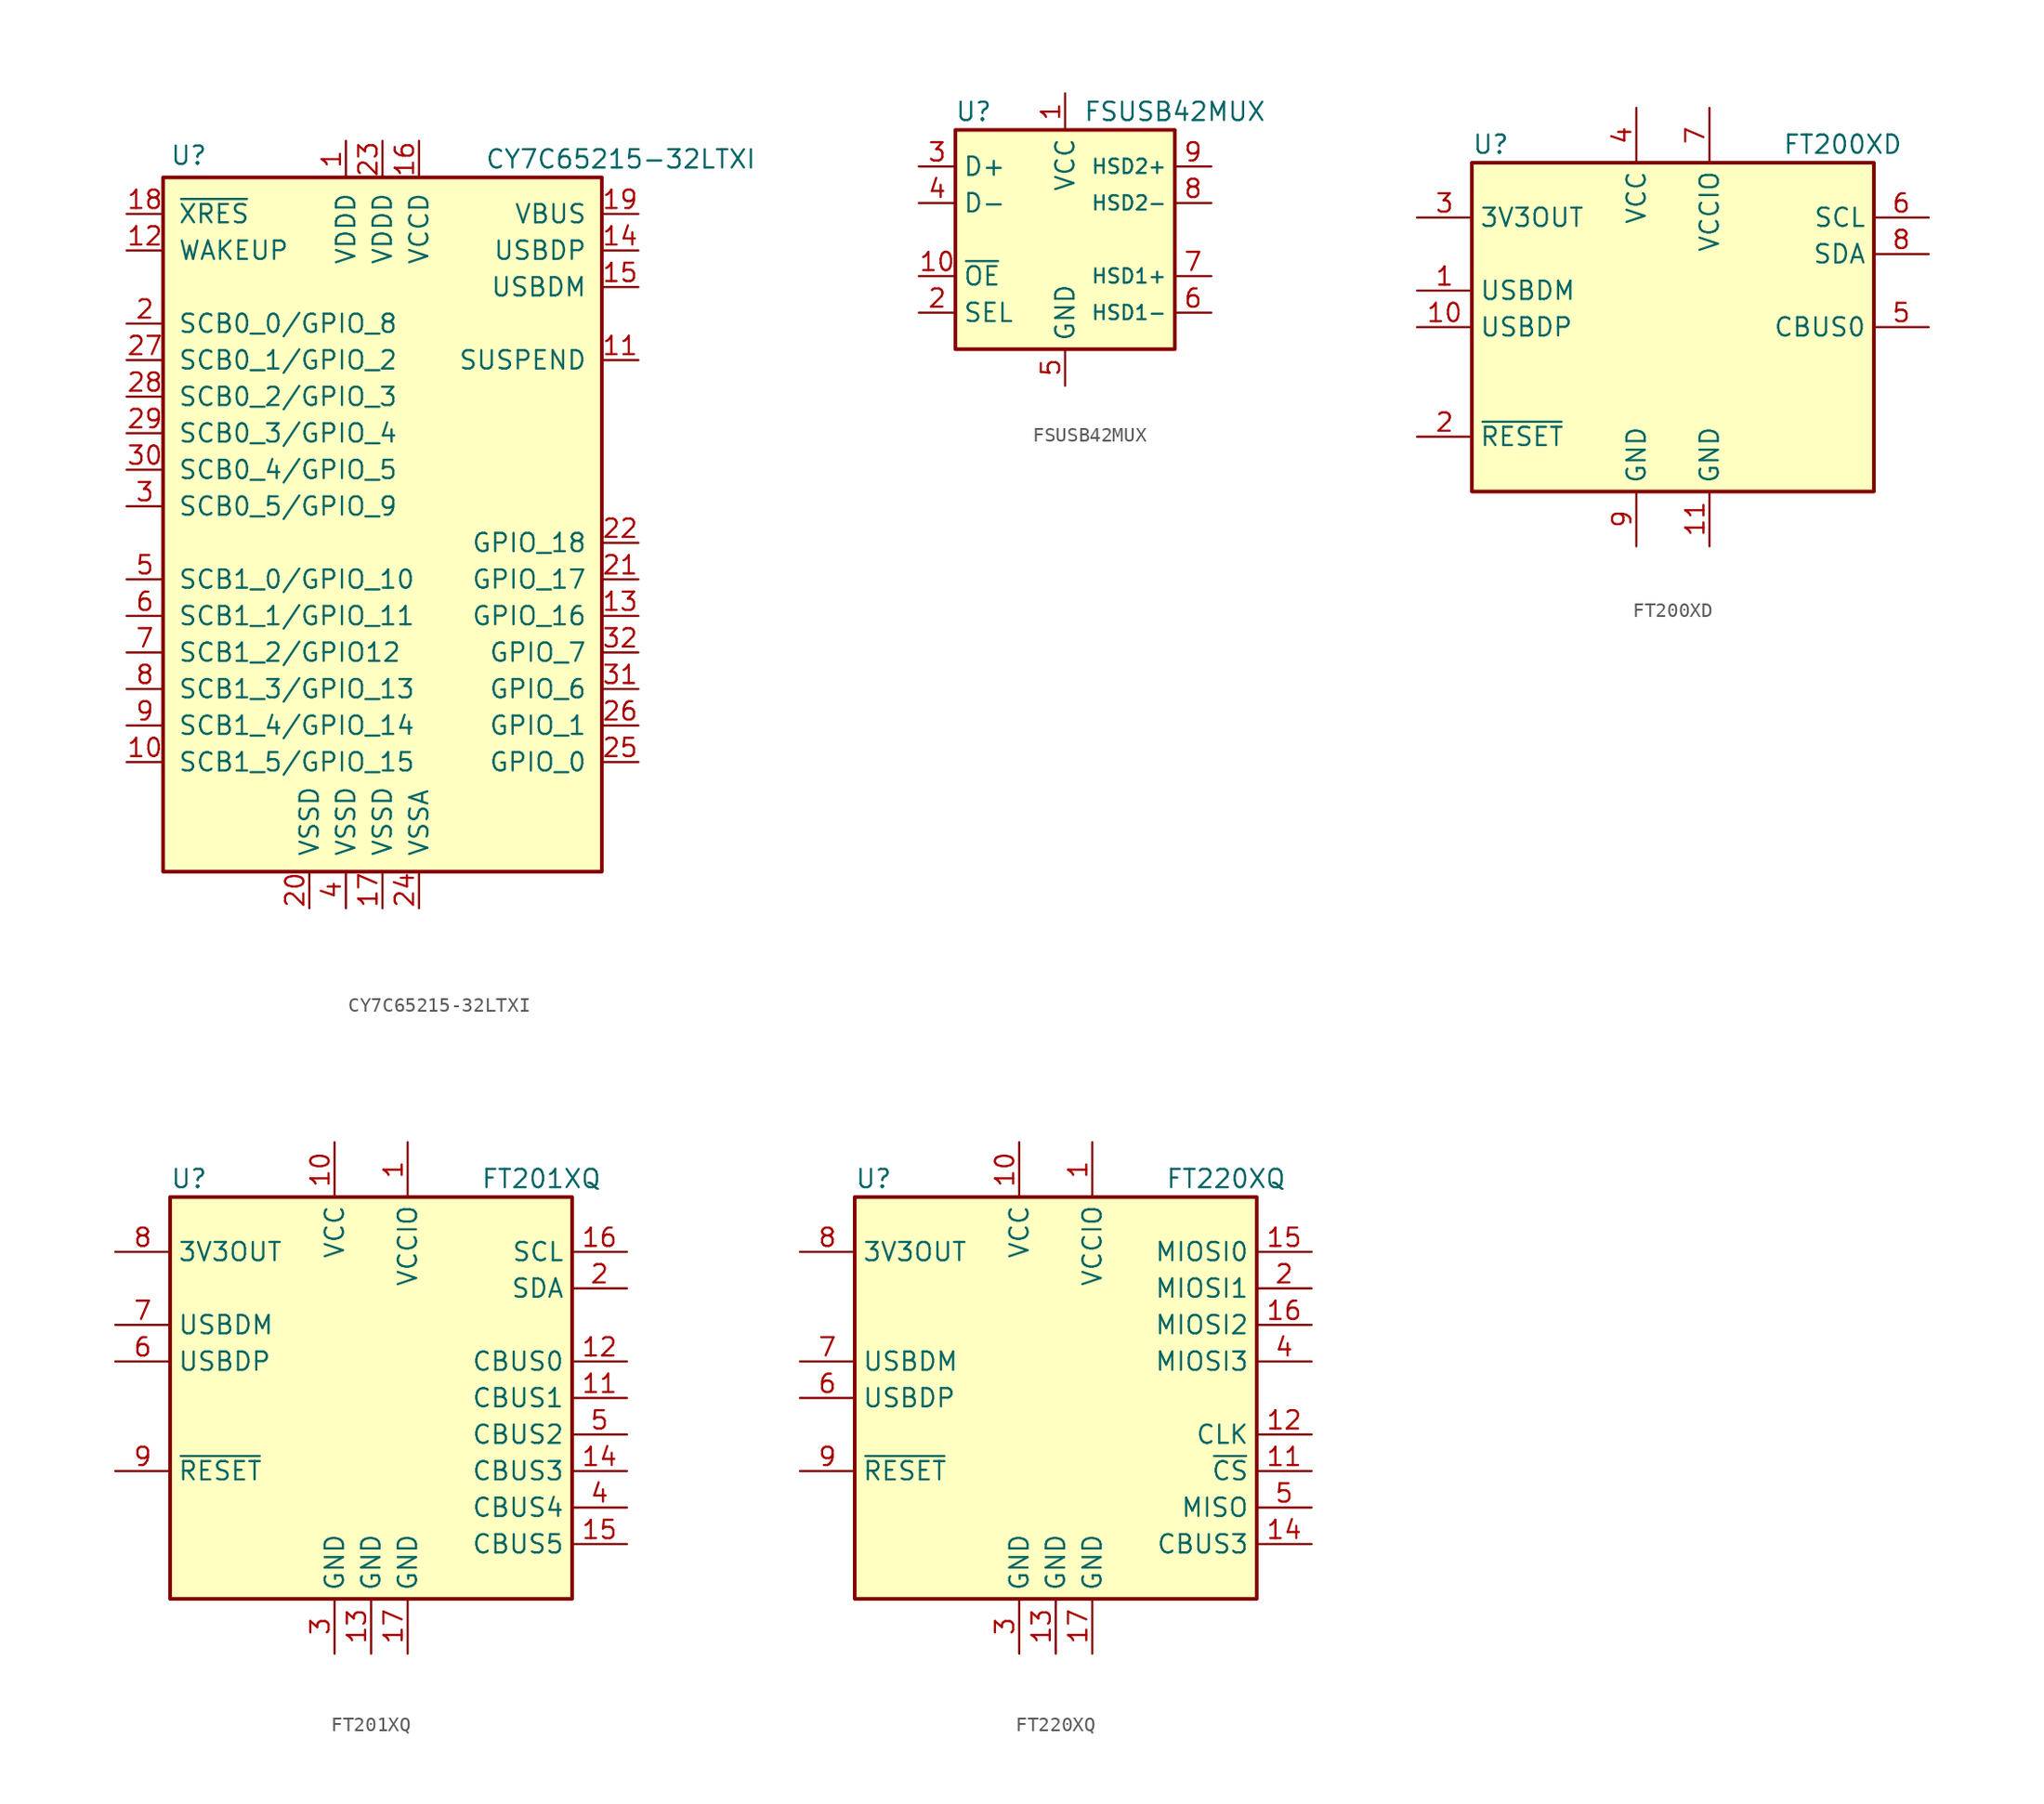
<source format=kicad_sym>
(kicad_symbol_lib
  (version 20201005)
  (generator kicad_symbol_editor)
  (symbol "CY7C65215-32LTXI"
    (pin_names
      (offset 1.016))
    (property "Reference" "U"
      (at -13.462 21.844 0)
      (effects (font (size 1.27 1.27))))
    (property "Value" "CY7C65215-32LTXI"
      (at 7.112 21.59 0)
      (effects (font (size 1.27 1.27)) (justify left)))
    (symbol "CY7C65215-32LTXI_0_1"
      (rectangle (start -15.24 20.32) (end 15.24 -27.94) (stroke (width 0.254)) (fill (type background))))
    (symbol "CY7C65215-32LTXI_1_1"
      (pin power_in line (at -2.54 22.86 270) (length 2.54) (name "VDDD" (effects (font (size 1.27 1.27)))) (number "1" (effects (font (size 1.27 1.27)))))
      (pin bidirectional line (at -17.78 -20.32 0) (length 2.54) (name "SCB1_5/GPIO_15" (effects (font (size 1.27 1.27)))) (number "10" (effects (font (size 1.27 1.27)))))
      (pin output line (at 17.78 7.62 180) (length 2.54) (name "SUSPEND" (effects (font (size 1.27 1.27)))) (number "11" (effects (font (size 1.27 1.27)))))
      (pin input line (at -17.78 15.24 0) (length 2.54) (name "WAKEUP" (effects (font (size 1.27 1.27)))) (number "12" (effects (font (size 1.27 1.27)))))
      (pin tri_state line (at 17.78 -10.16 180) (length 2.54) (name "GPIO_16" (effects (font (size 1.27 1.27)))) (number "13" (effects (font (size 1.27 1.27)))))
      (pin bidirectional line (at 17.78 15.24 180) (length 2.54) (name "USBDP" (effects (font (size 1.27 1.27)))) (number "14" (effects (font (size 1.27 1.27)))))
      (pin bidirectional line (at 17.78 12.7 180) (length 2.54) (name "USBDM" (effects (font (size 1.27 1.27)))) (number "15" (effects (font (size 1.27 1.27)))))
      (pin power_in line (at 2.54 22.86 270) (length 2.54) (name "VCCD" (effects (font (size 1.27 1.27)))) (number "16" (effects (font (size 1.27 1.27)))))
      (pin power_in line (at 0 -30.48 90) (length 2.54) (name "VSSD" (effects (font (size 1.27 1.27)))) (number "17" (effects (font (size 1.27 1.27)))))
      (pin input line (at -17.78 17.78 0) (length 2.54) (name "~XRES" (effects (font (size 1.27 1.27)))) (number "18" (effects (font (size 1.27 1.27)))))
      (pin power_out line (at 17.78 17.78 180) (length 2.54) (name "VBUS" (effects (font (size 1.27 1.27)))) (number "19" (effects (font (size 1.27 1.27)))))
      (pin bidirectional line (at -17.78 10.16 0) (length 2.54) (name "SCB0_0/GPIO_8" (effects (font (size 1.27 1.27)))) (number "2" (effects (font (size 1.27 1.27)))))
      (pin power_in line (at -5.08 -30.48 90) (length 2.54) (name "VSSD" (effects (font (size 1.27 1.27)))) (number "20" (effects (font (size 1.27 1.27)))))
      (pin tri_state line (at 17.78 -7.62 180) (length 2.54) (name "GPIO_17" (effects (font (size 1.27 1.27)))) (number "21" (effects (font (size 1.27 1.27)))))
      (pin tri_state line (at 17.78 -5.08 180) (length 2.54) (name "GPIO_18" (effects (font (size 1.27 1.27)))) (number "22" (effects (font (size 1.27 1.27)))))
      (pin power_in line (at 0 22.86 270) (length 2.54) (name "VDDD" (effects (font (size 1.27 1.27)))) (number "23" (effects (font (size 1.27 1.27)))))
      (pin power_in line (at 2.54 -30.48 90) (length 2.54) (name "VSSA" (effects (font (size 1.27 1.27)))) (number "24" (effects (font (size 1.27 1.27)))))
      (pin bidirectional line (at 17.78 -20.32 180) (length 2.54) (name "GPIO_0" (effects (font (size 1.27 1.27)))) (number "25" (effects (font (size 1.27 1.27)))))
      (pin bidirectional line (at 17.78 -17.78 180) (length 2.54) (name "GPIO_1" (effects (font (size 1.27 1.27)))) (number "26" (effects (font (size 1.27 1.27)))))
      (pin bidirectional line (at -17.78 7.62 0) (length 2.54) (name "SCB0_1/GPIO_2" (effects (font (size 1.27 1.27)))) (number "27" (effects (font (size 1.27 1.27)))))
      (pin bidirectional line (at -17.78 5.08 0) (length 2.54) (name "SCB0_2/GPIO_3" (effects (font (size 1.27 1.27)))) (number "28" (effects (font (size 1.27 1.27)))))
      (pin bidirectional line (at -17.78 2.54 0) (length 2.54) (name "SCB0_3/GPIO_4" (effects (font (size 1.27 1.27)))) (number "29" (effects (font (size 1.27 1.27)))))
      (pin bidirectional line (at -17.78 -2.54 0) (length 2.54) (name "SCB0_5/GPIO_9" (effects (font (size 1.27 1.27)))) (number "3" (effects (font (size 1.27 1.27)))))
      (pin bidirectional line (at -17.78 0 0) (length 2.54) (name "SCB0_4/GPIO_5" (effects (font (size 1.27 1.27)))) (number "30" (effects (font (size 1.27 1.27)))))
      (pin bidirectional line (at 17.78 -15.24 180) (length 2.54) (name "GPIO_6" (effects (font (size 1.27 1.27)))) (number "31" (effects (font (size 1.27 1.27)))))
      (pin bidirectional line (at 17.78 -12.7 180) (length 2.54) (name "GPIO_7" (effects (font (size 1.27 1.27)))) (number "32" (effects (font (size 1.27 1.27)))))
      (pin no_connect line (at -15.24 -25.4 0) (length 2.54) hide (name "1EP" (effects (font (size 1.27 1.27)))) (number "33" (effects (font (size 1.27 1.27)))))
      (pin power_in line (at -2.54 -30.48 90) (length 2.54) (name "VSSD" (effects (font (size 1.27 1.27)))) (number "4" (effects (font (size 1.27 1.27)))))
      (pin bidirectional line (at -17.78 -7.62 0) (length 2.54) (name "SCB1_0/GPIO_10" (effects (font (size 1.27 1.27)))) (number "5" (effects (font (size 1.27 1.27)))))
      (pin bidirectional line (at -17.78 -10.16 0) (length 2.54) (name "SCB1_1/GPIO_11" (effects (font (size 1.27 1.27)))) (number "6" (effects (font (size 1.27 1.27)))))
      (pin bidirectional line (at -17.78 -12.7 0) (length 2.54) (name "SCB1_2/GPIO12" (effects (font (size 1.27 1.27)))) (number "7" (effects (font (size 1.27 1.27)))))
      (pin bidirectional line (at -17.78 -15.24 0) (length 2.54) (name "SCB1_3/GPIO_13" (effects (font (size 1.27 1.27)))) (number "8" (effects (font (size 1.27 1.27)))))
      (pin bidirectional line (at -17.78 -17.78 0) (length 2.54) (name "SCB1_4/GPIO_14" (effects (font (size 1.27 1.27)))) (number "9" (effects (font (size 1.27 1.27)))))))
  (symbol "FSUSB42MUX"
    (property "Reference" "U"
      (at -6.35 8.89 0)
      (effects (font (size 1.27 1.27))))
    (property "Value" "FSUSB42MUX"
      (at 7.62 8.89 0)
      (effects (font (size 1.27 1.27))))
    (symbol "FSUSB42MUX_0_1"
      (rectangle (start 7.62 7.62) (end -7.62 -7.62) (stroke (width 0.254)) (fill (type background))))
    (symbol "FSUSB42MUX_1_1"
      (pin power_in line (at 0 10.16 270) (length 2.54) (name "VCC" (effects (font (size 1.27 1.27)))) (number "1" (effects (font (size 1.27 1.27)))))
      (pin input line (at -10.16 -2.54 0) (length 2.54) (name "~OE" (effects (font (size 1.27 1.27)))) (number "10" (effects (font (size 1.27 1.27)))))
      (pin input line (at -10.16 -5.08 0) (length 2.54) (name "SEL" (effects (font (size 1.27 1.27)))) (number "2" (effects (font (size 1.27 1.27)))))
      (pin bidirectional line (at -10.16 5.08 0) (length 2.54) (name "D+" (effects (font (size 1.27 1.27)))) (number "3" (effects (font (size 1.27 1.27)))))
      (pin bidirectional line (at -10.16 2.54 0) (length 2.54) (name "D-" (effects (font (size 1.27 1.27)))) (number "4" (effects (font (size 1.27 1.27)))))
      (pin power_in line (at 0 -10.16 90) (length 2.54) (name "GND" (effects (font (size 1.27 1.27)))) (number "5" (effects (font (size 1.27 1.27)))))
      (pin bidirectional line (at 10.16 -5.08 180) (length 2.54) (name "HSD1-" (effects (font (size 0.991 0.991)))) (number "6" (effects (font (size 1.27 1.27)))))
      (pin bidirectional line (at 10.16 -2.54 180) (length 2.54) (name "HSD1+" (effects (font (size 0.991 0.991)))) (number "7" (effects (font (size 1.27 1.27)))))
      (pin bidirectional line (at 10.16 2.54 180) (length 2.54) (name "HSD2-" (effects (font (size 0.991 0.991)))) (number "8" (effects (font (size 1.27 1.27)))))
      (pin bidirectional line (at 10.16 5.08 180) (length 2.54) (name "HSD2+" (effects (font (size 0.991 0.991)))) (number "9" (effects (font (size 1.27 1.27)))))))
  (symbol "FT200XD"
    (property "Reference" "U"
      (at -13.97 12.7 0)
      (effects (font (size 1.27 1.27)) (justify left)))
    (property "Value" "FT200XD"
      (at 7.62 12.7 0)
      (effects (font (size 1.27 1.27)) (justify left)))
    (symbol "FT200XD_0_1"
      (rectangle (start -13.97 11.43) (end 13.97 -11.43) (stroke (width 0.254)) (fill (type background))))
    (symbol "FT200XD_1_1"
      (pin input line (at -17.78 2.54 0) (length 3.81) (name "USBDM" (effects (font (size 1.27 1.27)))) (number "1" (effects (font (size 1.27 1.27)))))
      (pin input line (at -17.78 0 0) (length 3.81) (name "USBDP" (effects (font (size 1.27 1.27)))) (number "10" (effects (font (size 1.27 1.27)))))
      (pin power_in line (at 2.54 -15.24 90) (length 3.81) (name "GND" (effects (font (size 1.27 1.27)))) (number "11" (effects (font (size 1.27 1.27)))))
      (pin input line (at -17.78 -7.62 0) (length 3.81) (name "~RESET" (effects (font (size 1.27 1.27)))) (number "2" (effects (font (size 1.27 1.27)))))
      (pin power_out line (at -17.78 7.62 0) (length 3.81) (name "3V3OUT" (effects (font (size 1.27 1.27)))) (number "3" (effects (font (size 1.27 1.27)))))
      (pin power_in line (at -2.54 15.24 270) (length 3.81) (name "VCC" (effects (font (size 1.27 1.27)))) (number "4" (effects (font (size 1.27 1.27)))))
      (pin bidirectional line (at 17.78 0 180) (length 3.81) (name "CBUS0" (effects (font (size 1.27 1.27)))) (number "5" (effects (font (size 1.27 1.27)))))
      (pin input line (at 17.78 7.62 180) (length 3.81) (name "SCL" (effects (font (size 1.27 1.27)))) (number "6" (effects (font (size 1.27 1.27)))))
      (pin power_in line (at 2.54 15.24 270) (length 3.81) (name "VCCIO" (effects (font (size 1.27 1.27)))) (number "7" (effects (font (size 1.27 1.27)))))
      (pin bidirectional line (at 17.78 5.08 180) (length 3.81) (name "SDA" (effects (font (size 1.27 1.27)))) (number "8" (effects (font (size 1.27 1.27)))))
      (pin power_in line (at -2.54 -15.24 90) (length 3.81) (name "GND" (effects (font (size 1.27 1.27)))) (number "9" (effects (font (size 1.27 1.27)))))))
  (symbol "FT201XQ"
    (property "Reference" "U"
      (at -13.97 15.24 0)
      (effects (font (size 1.27 1.27)) (justify left)))
    (property "Value" "FT201XQ"
      (at 7.62 15.24 0)
      (effects (font (size 1.27 1.27)) (justify left)))
    (symbol "FT201XQ_0_1"
      (rectangle (start -13.97 13.97) (end 13.97 -13.97) (stroke (width 0.254)) (fill (type background))))
    (symbol "FT201XQ_1_1"
      (pin power_in line (at 2.54 17.78 270) (length 3.81) (name "VCCIO" (effects (font (size 1.27 1.27)))) (number "1" (effects (font (size 1.27 1.27)))))
      (pin power_in line (at -2.54 17.78 270) (length 3.81) (name "VCC" (effects (font (size 1.27 1.27)))) (number "10" (effects (font (size 1.27 1.27)))))
      (pin bidirectional line (at 17.78 0 180) (length 3.81) (name "CBUS1" (effects (font (size 1.27 1.27)))) (number "11" (effects (font (size 1.27 1.27)))))
      (pin bidirectional line (at 17.78 2.54 180) (length 3.81) (name "CBUS0" (effects (font (size 1.27 1.27)))) (number "12" (effects (font (size 1.27 1.27)))))
      (pin power_in line (at 0 -17.78 90) (length 3.81) (name "GND" (effects (font (size 1.27 1.27)))) (number "13" (effects (font (size 1.27 1.27)))))
      (pin bidirectional line (at 17.78 -5.08 180) (length 3.81) (name "CBUS3" (effects (font (size 1.27 1.27)))) (number "14" (effects (font (size 1.27 1.27)))))
      (pin bidirectional line (at 17.78 -10.16 180) (length 3.81) (name "CBUS5" (effects (font (size 1.27 1.27)))) (number "15" (effects (font (size 1.27 1.27)))))
      (pin input line (at 17.78 10.16 180) (length 3.81) (name "SCL" (effects (font (size 1.27 1.27)))) (number "16" (effects (font (size 1.27 1.27)))))
      (pin power_in line (at 2.54 -17.78 90) (length 3.81) (name "GND" (effects (font (size 1.27 1.27)))) (number "17" (effects (font (size 1.27 1.27)))))
      (pin bidirectional line (at 17.78 7.62 180) (length 3.81) (name "SDA" (effects (font (size 1.27 1.27)))) (number "2" (effects (font (size 1.27 1.27)))))
      (pin power_in line (at -2.54 -17.78 90) (length 3.81) (name "GND" (effects (font (size 1.27 1.27)))) (number "3" (effects (font (size 1.27 1.27)))))
      (pin bidirectional line (at 17.78 -7.62 180) (length 3.81) (name "CBUS4" (effects (font (size 1.27 1.27)))) (number "4" (effects (font (size 1.27 1.27)))))
      (pin bidirectional line (at 17.78 -2.54 180) (length 3.81) (name "CBUS2" (effects (font (size 1.27 1.27)))) (number "5" (effects (font (size 1.27 1.27)))))
      (pin bidirectional line (at -17.78 2.54 0) (length 3.81) (name "USBDP" (effects (font (size 1.27 1.27)))) (number "6" (effects (font (size 1.27 1.27)))))
      (pin bidirectional line (at -17.78 5.08 0) (length 3.81) (name "USBDM" (effects (font (size 1.27 1.27)))) (number "7" (effects (font (size 1.27 1.27)))))
      (pin power_out line (at -17.78 10.16 0) (length 3.81) (name "3V3OUT" (effects (font (size 1.27 1.27)))) (number "8" (effects (font (size 1.27 1.27)))))
      (pin input line (at -17.78 -5.08 0) (length 3.81) (name "~RESET" (effects (font (size 1.27 1.27)))) (number "9" (effects (font (size 1.27 1.27)))))))
  (symbol "FT220XQ"
    (property "Reference" "U"
      (at -13.97 15.24 0)
      (effects (font (size 1.27 1.27)) (justify left)))
    (property "Value" "FT220XQ"
      (at 7.62 15.24 0)
      (effects (font (size 1.27 1.27)) (justify left)))
    (symbol "FT220XQ_0_1"
      (rectangle (start -13.97 13.97) (end 13.97 -13.97) (stroke (width 0.254)) (fill (type background))))
    (symbol "FT220XQ_1_1"
      (pin power_in line (at 2.54 17.78 270) (length 3.81) (name "VCCIO" (effects (font (size 1.27 1.27)))) (number "1" (effects (font (size 1.27 1.27)))))
      (pin power_in line (at -2.54 17.78 270) (length 3.81) (name "VCC" (effects (font (size 1.27 1.27)))) (number "10" (effects (font (size 1.27 1.27)))))
      (pin input line (at 17.78 -5.08 180) (length 3.81) (name "~CS" (effects (font (size 1.27 1.27)))) (number "11" (effects (font (size 1.27 1.27)))))
      (pin input line (at 17.78 -2.54 180) (length 3.81) (name "CLK" (effects (font (size 1.27 1.27)))) (number "12" (effects (font (size 1.27 1.27)))))
      (pin power_in line (at 0 -17.78 90) (length 3.81) (name "GND" (effects (font (size 1.27 1.27)))) (number "13" (effects (font (size 1.27 1.27)))))
      (pin bidirectional line (at 17.78 -10.16 180) (length 3.81) (name "CBUS3" (effects (font (size 1.27 1.27)))) (number "14" (effects (font (size 1.27 1.27)))))
      (pin input line (at 17.78 10.16 180) (length 3.81) (name "MIOSI0" (effects (font (size 1.27 1.27)))) (number "15" (effects (font (size 1.27 1.27)))))
      (pin input line (at 17.78 5.08 180) (length 3.81) (name "MIOSI2" (effects (font (size 1.27 1.27)))) (number "16" (effects (font (size 1.27 1.27)))))
      (pin power_in line (at 2.54 -17.78 90) (length 3.81) (name "GND" (effects (font (size 1.27 1.27)))) (number "17" (effects (font (size 1.27 1.27)))))
      (pin input line (at 17.78 7.62 180) (length 3.81) (name "MIOSI1" (effects (font (size 1.27 1.27)))) (number "2" (effects (font (size 1.27 1.27)))))
      (pin power_in line (at -2.54 -17.78 90) (length 3.81) (name "GND" (effects (font (size 1.27 1.27)))) (number "3" (effects (font (size 1.27 1.27)))))
      (pin input line (at 17.78 2.54 180) (length 3.81) (name "MIOSI3" (effects (font (size 1.27 1.27)))) (number "4" (effects (font (size 1.27 1.27)))))
      (pin input line (at 17.78 -7.62 180) (length 3.81) (name "MISO" (effects (font (size 1.27 1.27)))) (number "5" (effects (font (size 1.27 1.27)))))
      (pin bidirectional line (at -17.78 0 0) (length 3.81) (name "USBDP" (effects (font (size 1.27 1.27)))) (number "6" (effects (font (size 1.27 1.27)))))
      (pin bidirectional line (at -17.78 2.54 0) (length 3.81) (name "USBDM" (effects (font (size 1.27 1.27)))) (number "7" (effects (font (size 1.27 1.27)))))
      (pin power_out line (at -17.78 10.16 0) (length 3.81) (name "3V3OUT" (effects (font (size 1.27 1.27)))) (number "8" (effects (font (size 1.27 1.27)))))
      (pin input line (at -17.78 -5.08 0) (length 3.81) (name "~RESET" (effects (font (size 1.27 1.27)))) (number "9" (effects (font (size 1.27 1.27))))))))
</source>
